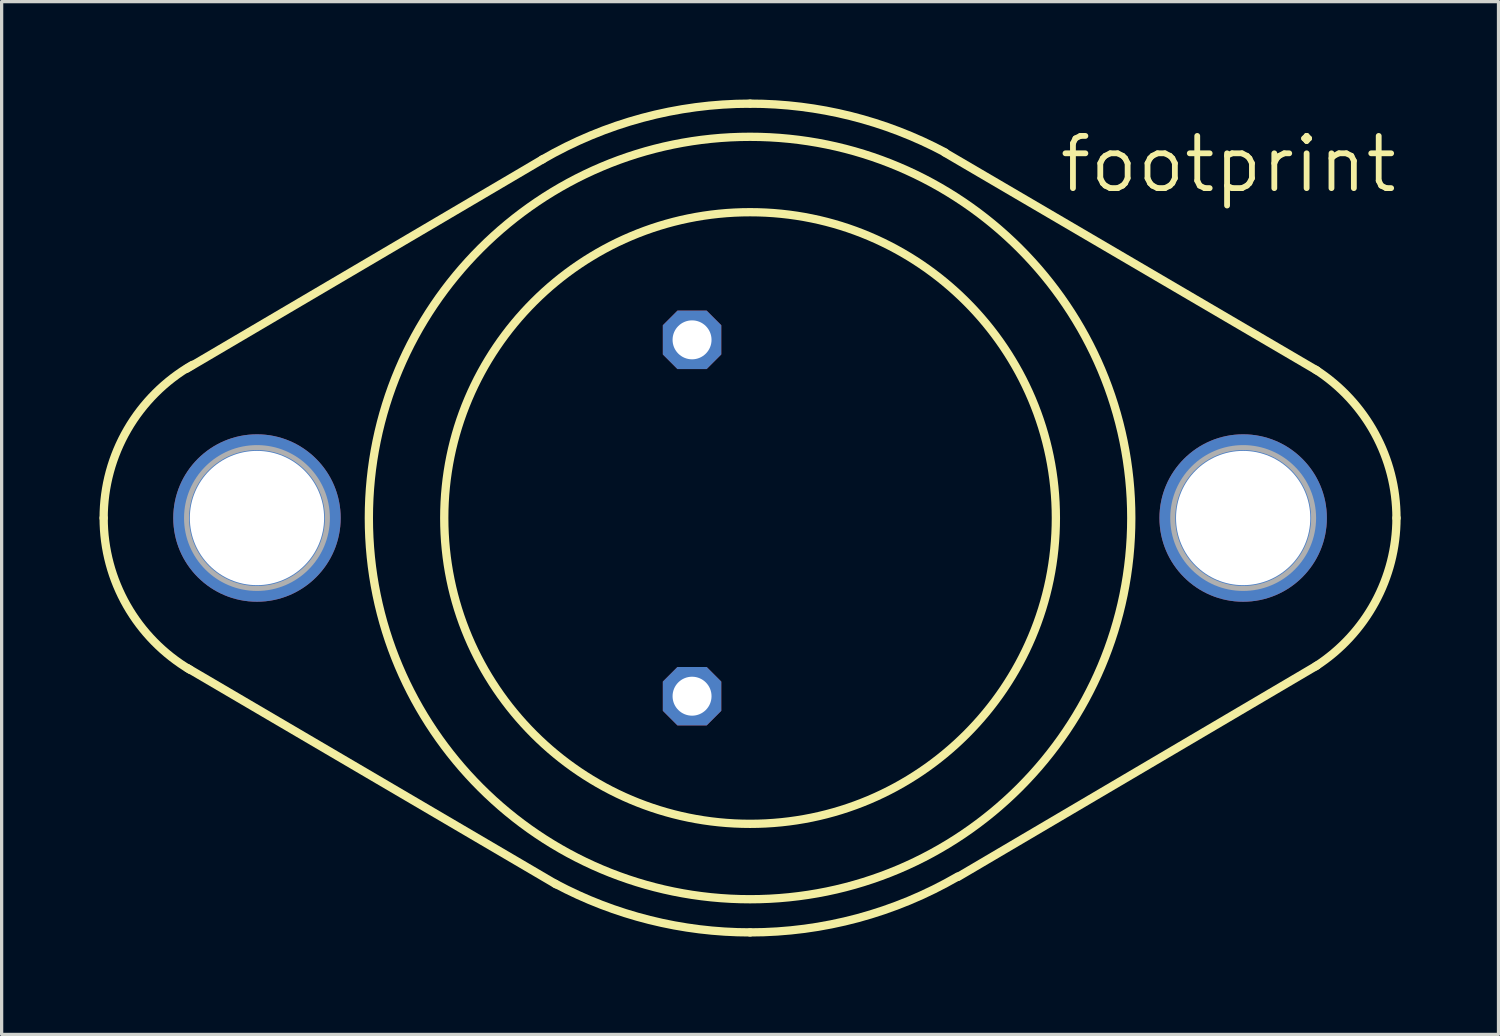
<source format=kicad_pcb>
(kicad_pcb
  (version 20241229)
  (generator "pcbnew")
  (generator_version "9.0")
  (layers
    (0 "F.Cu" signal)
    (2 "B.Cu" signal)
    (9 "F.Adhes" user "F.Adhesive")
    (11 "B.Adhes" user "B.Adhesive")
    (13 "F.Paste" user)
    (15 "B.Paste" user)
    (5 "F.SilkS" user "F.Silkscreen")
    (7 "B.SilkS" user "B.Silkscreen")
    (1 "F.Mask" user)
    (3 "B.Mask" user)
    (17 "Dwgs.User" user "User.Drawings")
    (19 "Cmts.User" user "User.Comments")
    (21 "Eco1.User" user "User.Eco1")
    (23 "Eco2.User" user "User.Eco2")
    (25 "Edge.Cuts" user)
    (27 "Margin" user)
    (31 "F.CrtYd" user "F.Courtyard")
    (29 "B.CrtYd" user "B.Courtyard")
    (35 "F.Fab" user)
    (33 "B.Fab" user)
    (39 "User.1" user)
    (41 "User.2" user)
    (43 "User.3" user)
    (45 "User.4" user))
  (footprint "footprint"
    (layer "F.Cu")
    (at 19.939 12.827)
    (property "Reference" "footprint" (at 9.398 -9.906 0) (layer "F.SilkS") (effects (font (size 1.6 1.6) (thickness 0.178)) (justify left bottom)))
    (fp_line (start -6.35 -10.998) (end -17.272 -4.572) (stroke (width 0.254) (type solid)) (layer "F.SilkS"))
    (fp_line (start -5.944 11.227) (end -17.247 4.597) (stroke (width 0.254) (type solid)) (layer "F.SilkS"))
    (fp_line (start 5.969 -11.201) (end 17.374 -4.521) (stroke (width 0.254) (type solid)) (layer "F.SilkS"))
    (fp_line (start 6.375 10.998) (end 17.374 4.521) (stroke (width 0.254) (type solid)) (layer "F.SilkS"))
    (fp_arc (start -19.812 0) (mid -19.08306 -2.712168) (end -17.0927 -4.6935) (stroke (width 0.254) (type solid)) (layer "F.SilkS"))
    (fp_arc (start -17.155499 4.657) (mid -19.101186 2.680705) (end -19.812 0) (stroke (width 0.254) (type solid)) (layer "F.SilkS"))
    (fp_arc (start -6.3718 -10.9859) (mid -3.299165 -12.263989) (end 0 -12.7) (stroke (width 0.254) (type solid)) (layer "F.SilkS"))
    (fp_arc (start 0 -12.7) (mid 3.080216 -12.320822) (end 5.9765 -11.2059) (stroke (width 0.254) (type solid)) (layer "F.SilkS"))
    (fp_arc (start 0 12.7) (mid -3.080216 12.320822) (end -5.9765 11.2059) (stroke (width 0.254) (type solid)) (layer "F.SilkS"))
    (fp_arc (start 6.3718 10.9859) (mid 3.299165 12.263989) (end 0 12.7) (stroke (width 0.254) (type solid)) (layer "F.SilkS"))
    (fp_arc (start 17.3366 -4.545) (mid 19.153011 -2.58769) (end 19.811999 0.000001) (stroke (width 0.254) (type solid)) (layer "F.SilkS"))
    (fp_arc (start 19.811999 -0.000001) (mid 19.153011 2.58769) (end 17.3366 4.545) (stroke (width 0.254) (type solid)) (layer "F.SilkS"))
    (fp_circle (center 0 0) (end 9.373 0) (stroke (width 0.254) (type solid)) (fill no) (layer "F.SilkS"))
    (fp_circle (center 0 0) (end 11.684 0) (stroke (width 0.254) (type solid)) (fill no) (layer "F.SilkS"))
    (fp_circle (center -15.113 0) (end -12.954 0) (stroke (width 0.152) (type solid)) (fill no) (layer "F.Fab"))
    (fp_circle (center 15.113 0) (end 17.272 0) (stroke (width 0.152) (type solid)) (fill no) (layer "F.Fab"))
    (pad "B" thru_hole roundrect (at -1.778 -5.461) (size 1.791 1.791) (drill 1.194) (layers "*.Cu" "*.Mask") (roundrect_rratio 0.25) (chamfer_ratio 0.25) (chamfer top_left top_right bottom_left bottom_right))
    (pad "C" thru_hole circle (at 15.113 0) (size 5.131 5.131) (drill 4.115) (layers "*.Cu" "*.Mask"))
    (pad "C/" thru_hole circle (at -15.113 0) (size 5.131 5.131) (drill 4.115) (layers "*.Cu" "*.Mask"))
    (pad "E" thru_hole roundrect (at -1.778 5.461) (size 1.791 1.791) (drill 1.194) (layers "*.Cu" "*.Mask") (roundrect_rratio 0.25) (chamfer_ratio 0.25) (chamfer top_left top_right bottom_left bottom_right)))
  (gr_rect
    (start -3 -3)
    (end 42.878 28.654)
    (stroke (width 0.1) (type default))
    (fill no)
    (layer "Edge.Cuts")))
</source>
